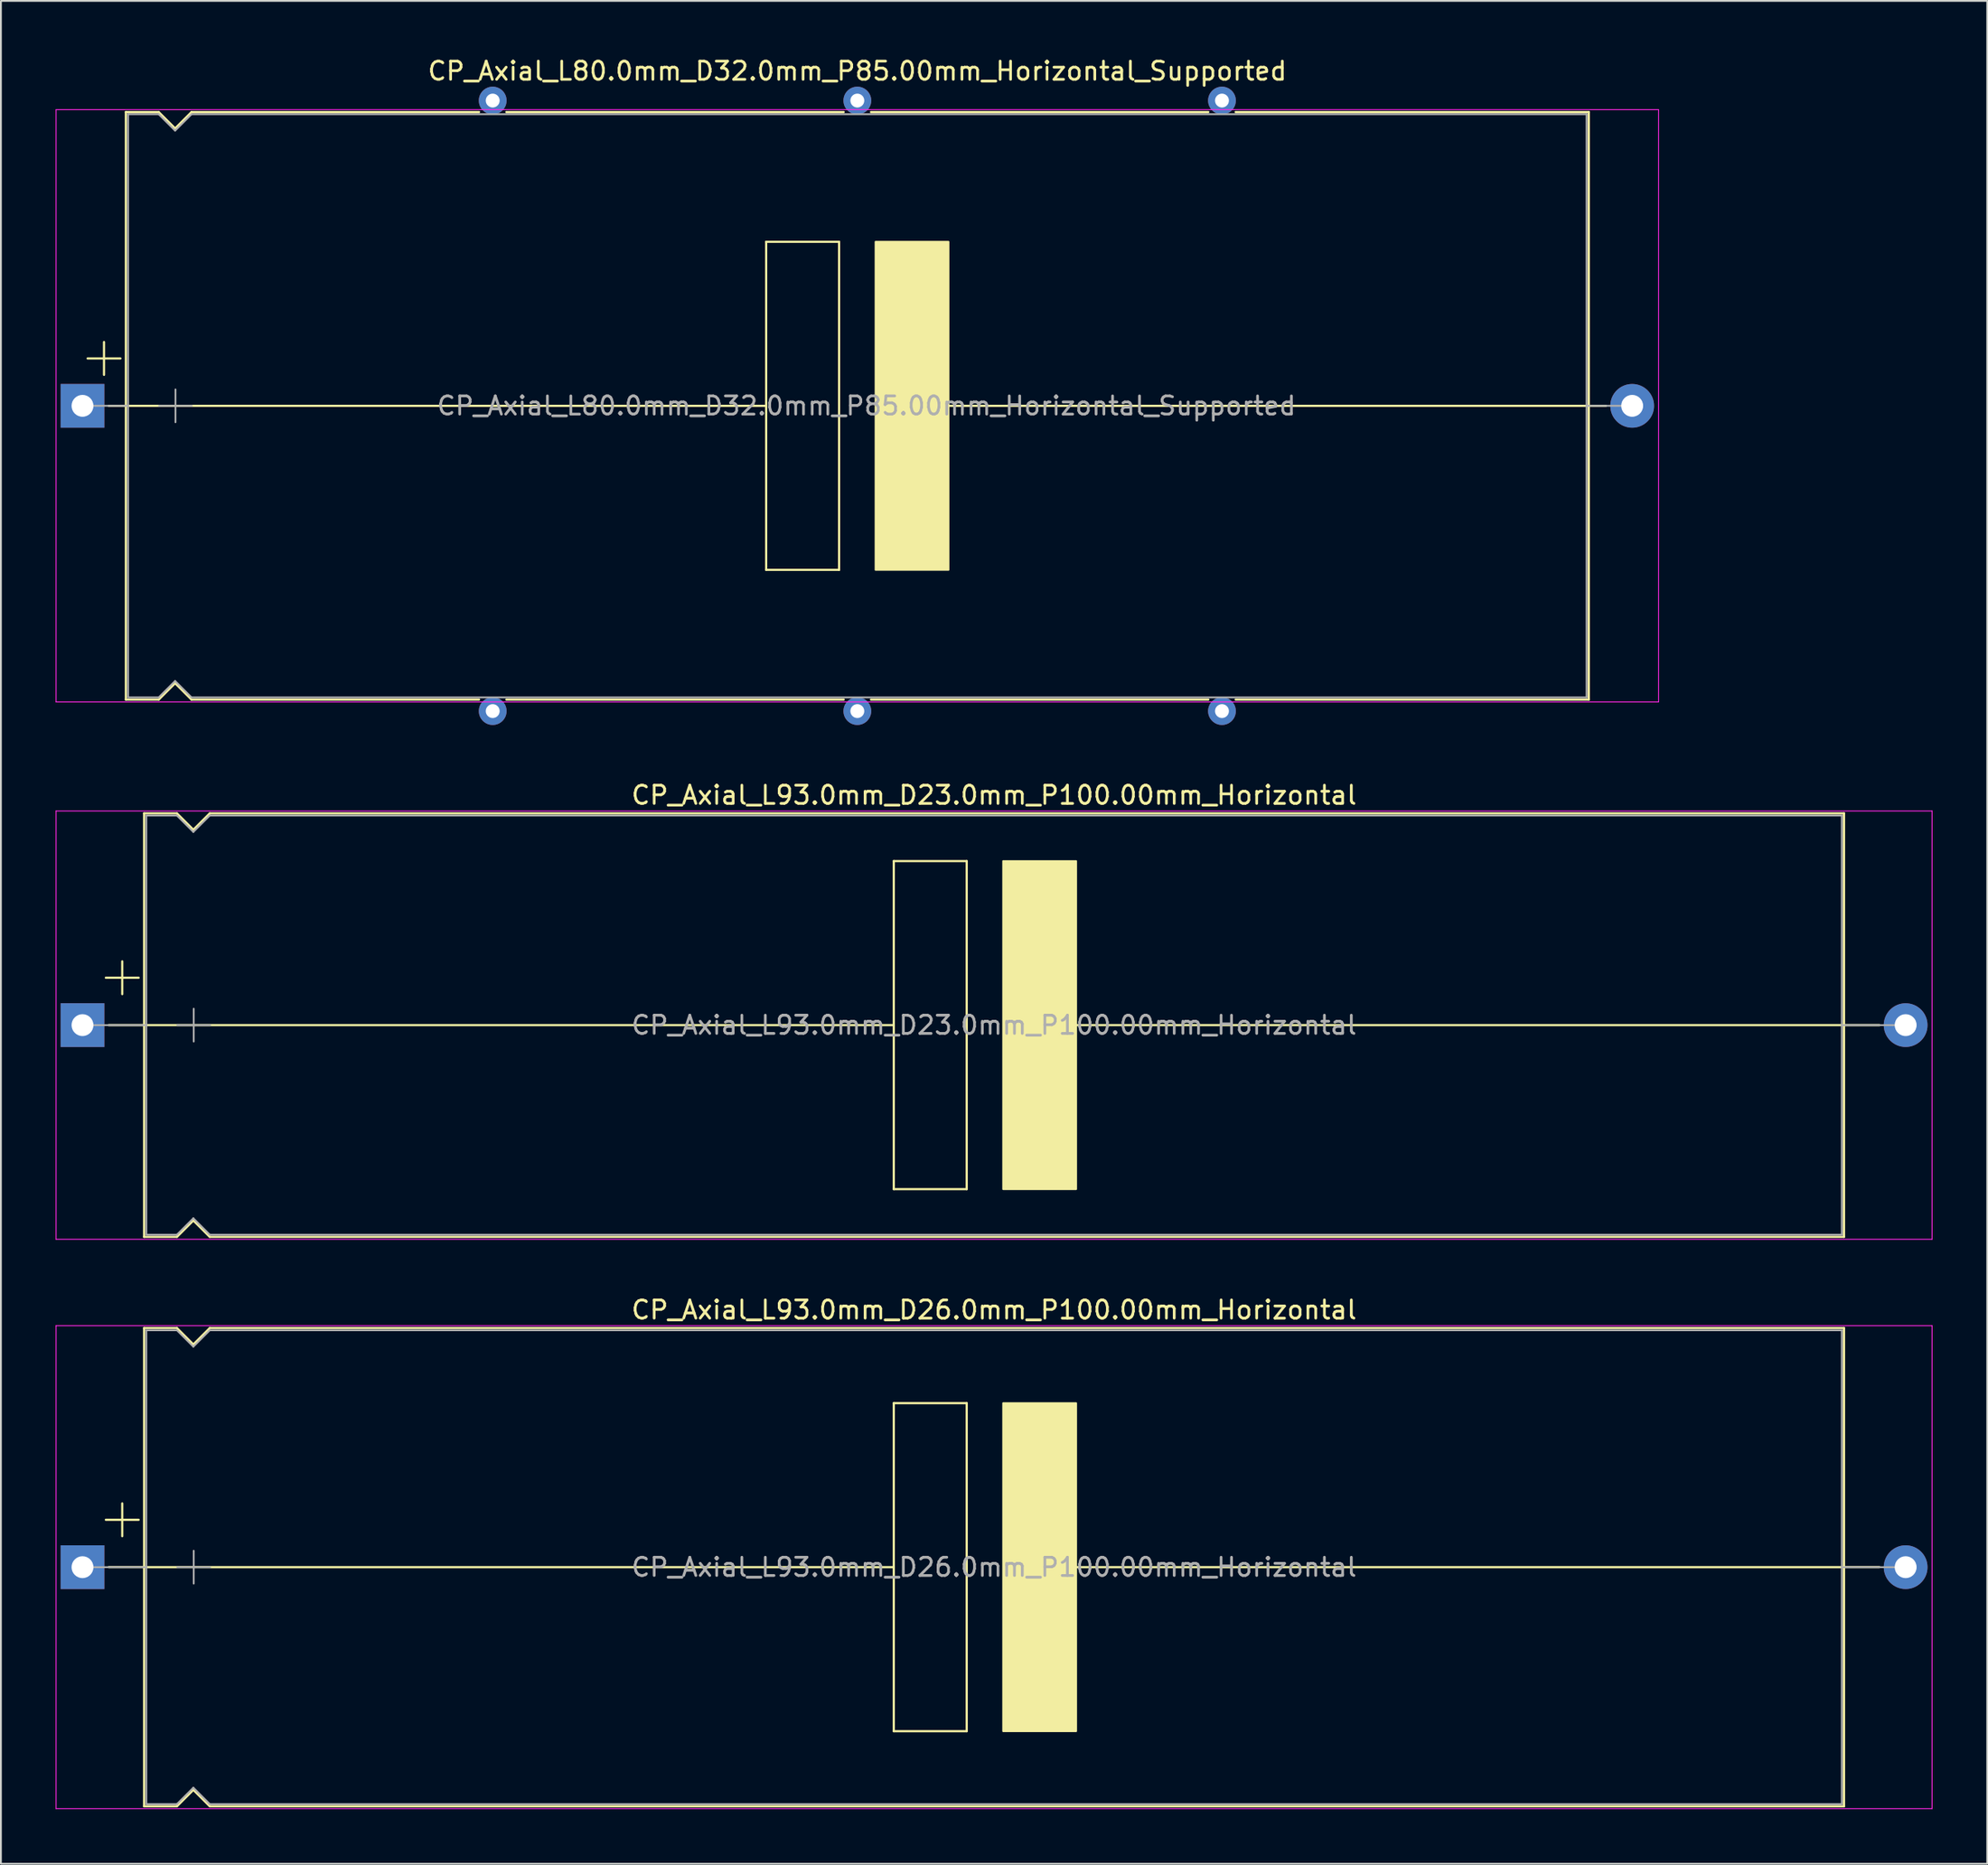
<source format=kicad_pcb>
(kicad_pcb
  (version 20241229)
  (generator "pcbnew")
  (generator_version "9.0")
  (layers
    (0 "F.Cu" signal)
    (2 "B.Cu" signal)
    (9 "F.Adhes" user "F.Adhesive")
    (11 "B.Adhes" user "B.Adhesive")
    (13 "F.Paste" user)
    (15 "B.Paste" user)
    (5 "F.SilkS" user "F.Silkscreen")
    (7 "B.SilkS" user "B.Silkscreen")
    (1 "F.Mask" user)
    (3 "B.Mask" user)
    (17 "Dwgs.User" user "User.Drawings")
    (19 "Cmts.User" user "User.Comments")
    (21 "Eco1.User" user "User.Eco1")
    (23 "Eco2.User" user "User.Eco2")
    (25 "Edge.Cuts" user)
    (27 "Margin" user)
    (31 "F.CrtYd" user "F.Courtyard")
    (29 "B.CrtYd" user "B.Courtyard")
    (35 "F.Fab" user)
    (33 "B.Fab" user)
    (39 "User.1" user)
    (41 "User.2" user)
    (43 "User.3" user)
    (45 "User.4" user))
  (footprint "CP_Axial_L93.0mm_D26.0mm_P100.00mm_Horizontal"
    (layer "F.Cu")
    (at 1.475 82.942)
    (property "Reference" "CP_Axial_L93.0mm_D26.0mm_P100.00mm_Horizontal" (at 50 -14.12 0) (layer "F.SilkS") (effects (font (size 1 1) (thickness 0.15))))
    (attr through_hole)
    (fp_line (start 1.28 -2.6) (end 3.08 -2.6) (stroke (width 0.12) (type solid)) (layer "F.SilkS"))
    (fp_line (start 1.44 0) (end 3.38 0) (stroke (width 0.12) (type solid)) (layer "F.SilkS"))
    (fp_line (start 2.18 -3.5) (end 2.18 -1.7) (stroke (width 0.12) (type solid)) (layer "F.SilkS"))
    (fp_line (start 3.38 -13.12) (end 3.38 13.12) (stroke (width 0.12) (type solid)) (layer "F.SilkS"))
    (fp_line (start 3.38 -13.12) (end 5.18 -13.12) (stroke (width 0.12) (type solid)) (layer "F.SilkS"))
    (fp_line (start 3.38 0) (end 44.5 0) (stroke (width 0.12) (type solid)) (layer "F.SilkS"))
    (fp_line (start 3.38 13.12) (end 5.18 13.12) (stroke (width 0.12) (type solid)) (layer "F.SilkS"))
    (fp_line (start 5.18 -13.12) (end 6.08 -12.22) (stroke (width 0.12) (type solid)) (layer "F.SilkS"))
    (fp_line (start 5.18 13.12) (end 6.08 12.22) (stroke (width 0.12) (type solid)) (layer "F.SilkS"))
    (fp_line (start 6.08 -12.22) (end 6.98 -13.12) (stroke (width 0.12) (type solid)) (layer "F.SilkS"))
    (fp_line (start 6.08 12.22) (end 6.98 13.12) (stroke (width 0.12) (type solid)) (layer "F.SilkS"))
    (fp_line (start 6.98 -13.12) (end 96.62 -13.12) (stroke (width 0.12) (type solid)) (layer "F.SilkS"))
    (fp_line (start 6.98 13.12) (end 96.62 13.12) (stroke (width 0.12) (type solid)) (layer "F.SilkS"))
    (fp_line (start 44.5 -9) (end 48.5 -9) (stroke (width 0.12) (type solid)) (layer "F.SilkS"))
    (fp_line (start 44.5 9) (end 44.5 -9) (stroke (width 0.12) (type solid)) (layer "F.SilkS"))
    (fp_line (start 48.5 -9) (end 48.5 9) (stroke (width 0.12) (type solid)) (layer "F.SilkS"))
    (fp_line (start 48.5 9) (end 44.5 9) (stroke (width 0.12) (type solid)) (layer "F.SilkS"))
    (fp_line (start 54.5 0) (end 96.62 0) (stroke (width 0.12) (type solid)) (layer "F.SilkS"))
    (fp_line (start 96.62 -13.12) (end 96.62 13.12) (stroke (width 0.12) (type solid)) (layer "F.SilkS"))
    (fp_line (start 98.56 0) (end 96.62 0) (stroke (width 0.12) (type solid)) (layer "F.SilkS"))
    (fp_poly (pts (xy 54.5 9) (xy 50.5 9) (xy 50.5 -9) (xy 54.5 -9)) (stroke (width 0.1) (type solid)) (fill yes) (layer "F.SilkS"))
    (fp_line (start -1.45 -13.25) (end -1.45 13.25) (stroke (width 0.05) (type solid)) (layer "F.CrtYd"))
    (fp_line (start -1.45 13.25) (end 101.45 13.25) (stroke (width 0.05) (type solid)) (layer "F.CrtYd"))
    (fp_line (start 101.45 -13.25) (end -1.45 -13.25) (stroke (width 0.05) (type solid)) (layer "F.CrtYd"))
    (fp_line (start 101.45 13.25) (end 101.45 -13.25) (stroke (width 0.05) (type solid)) (layer "F.CrtYd"))
    (fp_line (start 0 0) (end 3.5 0) (stroke (width 0.1) (type solid)) (layer "F.Fab"))
    (fp_line (start 3.5 -13) (end 3.5 13) (stroke (width 0.1) (type solid)) (layer "F.Fab"))
    (fp_line (start 3.5 -13) (end 5.18 -13) (stroke (width 0.1) (type solid)) (layer "F.Fab"))
    (fp_line (start 3.5 13) (end 5.18 13) (stroke (width 0.1) (type solid)) (layer "F.Fab"))
    (fp_line (start 5.18 -13) (end 6.08 -12.1) (stroke (width 0.1) (type solid)) (layer "F.Fab"))
    (fp_line (start 5.18 13) (end 6.08 12.1) (stroke (width 0.1) (type solid)) (layer "F.Fab"))
    (fp_line (start 5.2 0) (end 7 0) (stroke (width 0.1) (type solid)) (layer "F.Fab"))
    (fp_line (start 6.08 -12.1) (end 6.98 -13) (stroke (width 0.1) (type solid)) (layer "F.Fab"))
    (fp_line (start 6.08 12.1) (end 6.98 13) (stroke (width 0.1) (type solid)) (layer "F.Fab"))
    (fp_line (start 6.1 -0.9) (end 6.1 0.9) (stroke (width 0.1) (type solid)) (layer "F.Fab"))
    (fp_line (start 6.98 -13) (end 96.5 -13) (stroke (width 0.1) (type solid)) (layer "F.Fab"))
    (fp_line (start 6.98 13) (end 96.5 13) (stroke (width 0.1) (type solid)) (layer "F.Fab"))
    (fp_line (start 96.5 -13) (end 96.5 13) (stroke (width 0.1) (type solid)) (layer "F.Fab"))
    (fp_line (start 100 0) (end 96.5 0) (stroke (width 0.1) (type solid)) (layer "F.Fab"))
    (fp_text user "${REFERENCE}" (at 50 0 0) (layer "F.Fab") (effects (font (size 1 1) (thickness 0.15))))
    (pad "1" thru_hole rect (at 0 0) (size 2.4 2.4) (drill 1.2) (layers "*.Cu" "*.Mask"))
    (pad "2" thru_hole oval (at 100 0) (size 2.4 2.4) (drill 1.2) (layers "*.Cu" "*.Mask")))
  (footprint "CP_Axial_L80.0mm_D32.0mm_P85.00mm_Horizontal_Supported"
    (layer "F.Cu")
    (at 1.475 19.218)
    (property "Reference" "CP_Axial_L80.0mm_D32.0mm_P85.00mm_Horizontal_Supported" (at 42.5 -18.37 0) (layer "F.SilkS") (effects (font (size 1 1) (thickness 0.15))))
    (attr through_hole)
    (fp_line (start 0.28 -2.6) (end 2.08 -2.6) (stroke (width 0.12) (type solid)) (layer "F.SilkS"))
    (fp_line (start 1.18 -3.5) (end 1.18 -1.7) (stroke (width 0.12) (type solid)) (layer "F.SilkS"))
    (fp_line (start 1.44 0) (end 2.38 0) (stroke (width 0.12) (type solid)) (layer "F.SilkS"))
    (fp_line (start 2.38 -16.12) (end 2.38 16.12) (stroke (width 0.12) (type solid)) (layer "F.SilkS"))
    (fp_line (start 2.38 -16.12) (end 4.18 -16.12) (stroke (width 0.12) (type solid)) (layer "F.SilkS"))
    (fp_line (start 2.38 0) (end 37.5 0) (stroke (width 0.12) (type solid)) (layer "F.SilkS"))
    (fp_line (start 2.38 16.12) (end 4.18 16.12) (stroke (width 0.12) (type solid)) (layer "F.SilkS"))
    (fp_line (start 4.18 -16.12) (end 5.08 -15.22) (stroke (width 0.12) (type solid)) (layer "F.SilkS"))
    (fp_line (start 4.18 16.12) (end 5.08 15.22) (stroke (width 0.12) (type solid)) (layer "F.SilkS"))
    (fp_line (start 5.08 -15.22) (end 5.98 -16.12) (stroke (width 0.12) (type solid)) (layer "F.SilkS"))
    (fp_line (start 5.08 15.22) (end 5.98 16.12) (stroke (width 0.12) (type solid)) (layer "F.SilkS"))
    (fp_line (start 5.98 -16.12) (end 21.75 -16.12) (stroke (width 0.12) (type solid)) (layer "F.SilkS"))
    (fp_line (start 5.98 16.12) (end 21.75 16.12) (stroke (width 0.12) (type solid)) (layer "F.SilkS"))
    (fp_line (start 23.25 -16.12) (end 41.75 -16.12) (stroke (width 0.12) (type solid)) (layer "F.SilkS"))
    (fp_line (start 23.25 16.12) (end 41.75 16.12) (stroke (width 0.12) (type solid)) (layer "F.SilkS"))
    (fp_line (start 37.5 -9) (end 41.5 -9) (stroke (width 0.12) (type solid)) (layer "F.SilkS"))
    (fp_line (start 37.5 9) (end 37.5 -9) (stroke (width 0.12) (type solid)) (layer "F.SilkS"))
    (fp_line (start 41.5 -9) (end 41.5 9) (stroke (width 0.12) (type solid)) (layer "F.SilkS"))
    (fp_line (start 41.5 9) (end 37.5 9) (stroke (width 0.12) (type solid)) (layer "F.SilkS"))
    (fp_line (start 43.25 -16.12) (end 61.75 -16.12) (stroke (width 0.12) (type solid)) (layer "F.SilkS"))
    (fp_line (start 43.25 16.12) (end 61.75 16.12) (stroke (width 0.12) (type solid)) (layer "F.SilkS"))
    (fp_line (start 47 0) (end 82.62 0) (stroke (width 0.12) (type solid)) (layer "F.SilkS"))
    (fp_line (start 63.25 -16.12) (end 82.62 -16.12) (stroke (width 0.12) (type solid)) (layer "F.SilkS"))
    (fp_line (start 63.25 16.12) (end 82.62 16.12) (stroke (width 0.12) (type solid)) (layer "F.SilkS"))
    (fp_line (start 82.62 -16.12) (end 82.62 16.12) (stroke (width 0.12) (type solid)) (layer "F.SilkS"))
    (fp_line (start 83.56 0) (end 82.62 0) (stroke (width 0.12) (type solid)) (layer "F.SilkS"))
    (fp_poly (pts (xy 47.5 9) (xy 43.5 9) (xy 43.5 -9) (xy 47.5 -9)) (stroke (width 0.1) (type solid)) (fill yes) (layer "F.SilkS"))
    (fp_line (start -1.45 -16.25) (end -1.45 16.25) (stroke (width 0.05) (type solid)) (layer "F.CrtYd"))
    (fp_line (start -1.45 16.25) (end 86.45 16.25) (stroke (width 0.05) (type solid)) (layer "F.CrtYd"))
    (fp_line (start 86.45 -16.25) (end -1.45 -16.25) (stroke (width 0.05) (type solid)) (layer "F.CrtYd"))
    (fp_line (start 86.45 16.25) (end 86.45 -16.25) (stroke (width 0.05) (type solid)) (layer "F.CrtYd"))
    (fp_line (start 0 0) (end 2.5 0) (stroke (width 0.1) (type solid)) (layer "F.Fab"))
    (fp_line (start 2.5 -16) (end 2.5 16) (stroke (width 0.1) (type solid)) (layer "F.Fab"))
    (fp_line (start 2.5 -16) (end 4.18 -16) (stroke (width 0.1) (type solid)) (layer "F.Fab"))
    (fp_line (start 2.5 16) (end 4.18 16) (stroke (width 0.1) (type solid)) (layer "F.Fab"))
    (fp_line (start 4.18 -16) (end 5.08 -15.1) (stroke (width 0.1) (type solid)) (layer "F.Fab"))
    (fp_line (start 4.18 16) (end 5.08 15.1) (stroke (width 0.1) (type solid)) (layer "F.Fab"))
    (fp_line (start 4.2 0) (end 6 0) (stroke (width 0.1) (type solid)) (layer "F.Fab"))
    (fp_line (start 5.08 -15.1) (end 5.98 -16) (stroke (width 0.1) (type solid)) (layer "F.Fab"))
    (fp_line (start 5.08 15.1) (end 5.98 16) (stroke (width 0.1) (type solid)) (layer "F.Fab"))
    (fp_line (start 5.1 -0.9) (end 5.1 0.9) (stroke (width 0.1) (type solid)) (layer "F.Fab"))
    (fp_line (start 5.98 -16) (end 82.5 -16) (stroke (width 0.1) (type solid)) (layer "F.Fab"))
    (fp_line (start 5.98 16) (end 82.5 16) (stroke (width 0.1) (type solid)) (layer "F.Fab"))
    (fp_line (start 82.5 -16) (end 82.5 16) (stroke (width 0.1) (type solid)) (layer "F.Fab"))
    (fp_line (start 85 0) (end 82.5 0) (stroke (width 0.1) (type solid)) (layer "F.Fab"))
    (fp_text user "${REFERENCE}" (at 43 0 0) (layer "F.Fab") (effects (font (size 1 1) (thickness 0.15))))
    (pad "" thru_hole circle (at 22.5 -16.75) (size 1.524 1.524) (drill 0.762) (layers "*.Cu" "*.Mask"))
    (pad "" thru_hole circle (at 22.5 16.75) (size 1.524 1.524) (drill 0.762) (layers "*.Cu" "*.Mask"))
    (pad "" thru_hole circle (at 42.5 -16.75) (size 1.524 1.524) (drill 0.762) (layers "*.Cu" "*.Mask"))
    (pad "" thru_hole circle (at 42.5 16.75) (size 1.524 1.524) (drill 0.762) (layers "*.Cu" "*.Mask"))
    (pad "" thru_hole circle (at 62.5 -16.75) (size 1.524 1.524) (drill 0.762) (layers "*.Cu" "*.Mask"))
    (pad "" thru_hole circle (at 62.5 16.75) (size 1.524 1.524) (drill 0.762) (layers "*.Cu" "*.Mask"))
    (pad "1" thru_hole rect (at 0 0) (size 2.4 2.4) (drill 1.2) (layers "*.Cu" "*.Mask"))
    (pad "2" thru_hole oval (at 85 0) (size 2.4 2.4) (drill 1.2) (layers "*.Cu" "*.Mask")))
  (footprint "CP_Axial_L93.0mm_D23.0mm_P100.00mm_Horizontal"
    (layer "F.Cu")
    (at 1.475 53.199)
    (property "Reference" "CP_Axial_L93.0mm_D23.0mm_P100.00mm_Horizontal" (at 50 -12.62 0) (layer "F.SilkS") (effects (font (size 1 1) (thickness 0.15))))
    (attr through_hole)
    (fp_line (start 1.28 -2.6) (end 3.08 -2.6) (stroke (width 0.12) (type solid)) (layer "F.SilkS"))
    (fp_line (start 1.44 0) (end 3.38 0) (stroke (width 0.12) (type solid)) (layer "F.SilkS"))
    (fp_line (start 2.18 -3.5) (end 2.18 -1.7) (stroke (width 0.12) (type solid)) (layer "F.SilkS"))
    (fp_line (start 3.38 -11.62) (end 3.38 11.62) (stroke (width 0.12) (type solid)) (layer "F.SilkS"))
    (fp_line (start 3.38 -11.62) (end 5.18 -11.62) (stroke (width 0.12) (type solid)) (layer "F.SilkS"))
    (fp_line (start 3.38 0) (end 44.5 0) (stroke (width 0.12) (type solid)) (layer "F.SilkS"))
    (fp_line (start 3.38 11.62) (end 5.18 11.62) (stroke (width 0.12) (type solid)) (layer "F.SilkS"))
    (fp_line (start 5.18 -11.62) (end 6.08 -10.72) (stroke (width 0.12) (type solid)) (layer "F.SilkS"))
    (fp_line (start 5.18 11.62) (end 6.08 10.72) (stroke (width 0.12) (type solid)) (layer "F.SilkS"))
    (fp_line (start 6.08 -10.72) (end 6.98 -11.62) (stroke (width 0.12) (type solid)) (layer "F.SilkS"))
    (fp_line (start 6.08 10.72) (end 6.98 11.62) (stroke (width 0.12) (type solid)) (layer "F.SilkS"))
    (fp_line (start 6.98 -11.62) (end 96.62 -11.62) (stroke (width 0.12) (type solid)) (layer "F.SilkS"))
    (fp_line (start 6.98 11.62) (end 96.62 11.62) (stroke (width 0.12) (type solid)) (layer "F.SilkS"))
    (fp_line (start 44.5 -9) (end 48.5 -9) (stroke (width 0.12) (type solid)) (layer "F.SilkS"))
    (fp_line (start 44.5 9) (end 44.5 -9) (stroke (width 0.12) (type solid)) (layer "F.SilkS"))
    (fp_line (start 48.5 -9) (end 48.5 9) (stroke (width 0.12) (type solid)) (layer "F.SilkS"))
    (fp_line (start 48.5 9) (end 44.5 9) (stroke (width 0.12) (type solid)) (layer "F.SilkS"))
    (fp_line (start 54.5 0) (end 96.62 0) (stroke (width 0.12) (type solid)) (layer "F.SilkS"))
    (fp_line (start 96.62 -11.62) (end 96.62 11.62) (stroke (width 0.12) (type solid)) (layer "F.SilkS"))
    (fp_line (start 98.56 0) (end 96.62 0) (stroke (width 0.12) (type solid)) (layer "F.SilkS"))
    (fp_poly (pts (xy 54.5 9) (xy 50.5 9) (xy 50.5 -9) (xy 54.5 -9)) (stroke (width 0.1) (type solid)) (fill yes) (layer "F.SilkS"))
    (fp_line (start -1.45 -11.75) (end -1.45 11.75) (stroke (width 0.05) (type solid)) (layer "F.CrtYd"))
    (fp_line (start -1.45 11.75) (end 101.45 11.75) (stroke (width 0.05) (type solid)) (layer "F.CrtYd"))
    (fp_line (start 101.45 -11.75) (end -1.45 -11.75) (stroke (width 0.05) (type solid)) (layer "F.CrtYd"))
    (fp_line (start 101.45 11.75) (end 101.45 -11.75) (stroke (width 0.05) (type solid)) (layer "F.CrtYd"))
    (fp_line (start 0 0) (end 3.5 0) (stroke (width 0.1) (type solid)) (layer "F.Fab"))
    (fp_line (start 3.5 -11.5) (end 3.5 11.5) (stroke (width 0.1) (type solid)) (layer "F.Fab"))
    (fp_line (start 3.5 -11.5) (end 5.18 -11.5) (stroke (width 0.1) (type solid)) (layer "F.Fab"))
    (fp_line (start 3.5 11.5) (end 5.18 11.5) (stroke (width 0.1) (type solid)) (layer "F.Fab"))
    (fp_line (start 5.18 -11.5) (end 6.08 -10.6) (stroke (width 0.1) (type solid)) (layer "F.Fab"))
    (fp_line (start 5.18 11.5) (end 6.08 10.6) (stroke (width 0.1) (type solid)) (layer "F.Fab"))
    (fp_line (start 5.2 0) (end 7 0) (stroke (width 0.1) (type solid)) (layer "F.Fab"))
    (fp_line (start 6.08 -10.6) (end 6.98 -11.5) (stroke (width 0.1) (type solid)) (layer "F.Fab"))
    (fp_line (start 6.08 10.6) (end 6.98 11.5) (stroke (width 0.1) (type solid)) (layer "F.Fab"))
    (fp_line (start 6.1 -0.9) (end 6.1 0.9) (stroke (width 0.1) (type solid)) (layer "F.Fab"))
    (fp_line (start 6.98 -11.5) (end 96.5 -11.5) (stroke (width 0.1) (type solid)) (layer "F.Fab"))
    (fp_line (start 6.98 11.5) (end 96.5 11.5) (stroke (width 0.1) (type solid)) (layer "F.Fab"))
    (fp_line (start 96.5 -11.5) (end 96.5 11.5) (stroke (width 0.1) (type solid)) (layer "F.Fab"))
    (fp_line (start 100 0) (end 96.5 0) (stroke (width 0.1) (type solid)) (layer "F.Fab"))
    (fp_text user "${REFERENCE}" (at 50 0 0) (layer "F.Fab") (effects (font (size 1 1) (thickness 0.15))))
    (pad "1" thru_hole rect (at 0 0) (size 2.4 2.4) (drill 1.2) (layers "*.Cu" "*.Mask"))
    (pad "2" thru_hole oval (at 100 0) (size 2.4 2.4) (drill 1.2) (layers "*.Cu" "*.Mask")))
  (gr_rect
    (start -3 -3)
    (end 105.95 99.217)
    (stroke (width 0.1) (type default))
    (fill no)
    (layer "Edge.Cuts")))
</source>
